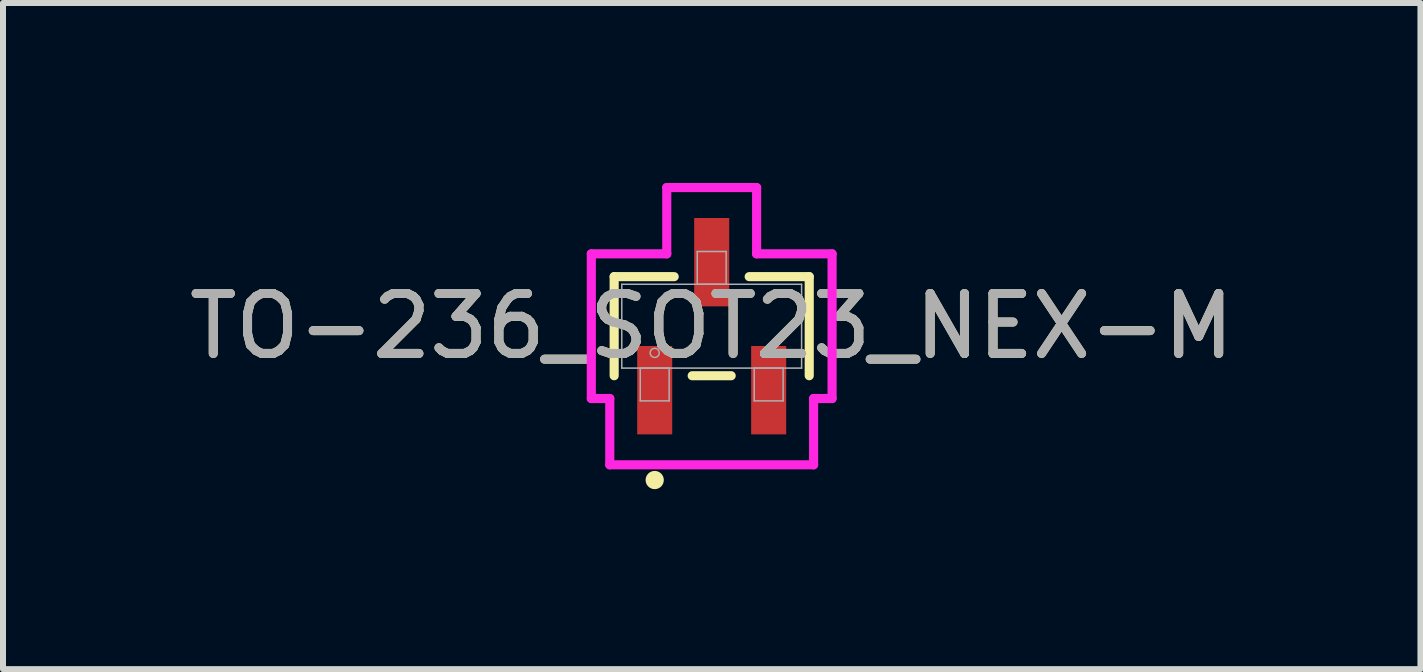
<source format=kicad_pcb>
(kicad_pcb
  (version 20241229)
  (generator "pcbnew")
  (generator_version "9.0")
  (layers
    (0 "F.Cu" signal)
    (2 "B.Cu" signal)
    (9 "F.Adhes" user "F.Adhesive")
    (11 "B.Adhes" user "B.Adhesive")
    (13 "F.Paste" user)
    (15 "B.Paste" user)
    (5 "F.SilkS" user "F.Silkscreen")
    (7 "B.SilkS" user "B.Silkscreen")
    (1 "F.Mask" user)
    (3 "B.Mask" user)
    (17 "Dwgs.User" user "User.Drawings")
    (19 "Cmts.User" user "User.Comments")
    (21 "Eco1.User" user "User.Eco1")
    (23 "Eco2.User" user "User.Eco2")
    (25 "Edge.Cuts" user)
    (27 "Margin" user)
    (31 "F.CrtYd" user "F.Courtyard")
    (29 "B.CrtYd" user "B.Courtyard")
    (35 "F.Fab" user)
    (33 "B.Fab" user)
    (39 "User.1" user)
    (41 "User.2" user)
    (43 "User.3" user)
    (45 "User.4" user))
  (footprint "TO-236_SOT23_NEX-M"
    (layer "F.Cu")
    (at 8.815 2.388)
    (property "Reference" "TO-236_SOT23_NEX-M" (at 0 0 0) (unlocked yes) (layer "F.SilkS") (effects (font (size 1 1) (thickness 0.15))))
    (attr smd)
    (fp_line (start -1.626 -0.826) (end -1.626 0.826) (stroke (width 0.152) (type solid)) (layer "F.SilkS"))
    (fp_line (start -0.625 -0.826) (end -1.626 -0.826) (stroke (width 0.152) (type solid)) (layer "F.SilkS"))
    (fp_line (start -0.325 0.826) (end 0.325 0.826) (stroke (width 0.152) (type solid)) (layer "F.SilkS"))
    (fp_line (start 1.626 -0.826) (end 0.625 -0.826) (stroke (width 0.152) (type solid)) (layer "F.SilkS"))
    (fp_line (start 1.626 0.826) (end 1.626 -0.826) (stroke (width 0.152) (type solid)) (layer "F.SilkS"))
    (fp_circle (center -0.95 2.565) (end -0.874 2.565) (stroke (width 0.152) (type solid)) (fill no) (layer "F.SilkS"))
    (fp_line (start -2.007 -1.206) (end -0.749 -1.206) (stroke (width 0.152) (type solid)) (layer "F.CrtYd"))
    (fp_line (start -2.007 1.206) (end -2.007 -1.206) (stroke (width 0.152) (type solid)) (layer "F.CrtYd"))
    (fp_line (start -2.007 1.206) (end -1.699 1.206) (stroke (width 0.152) (type solid)) (layer "F.CrtYd"))
    (fp_line (start -1.699 1.206) (end -1.699 2.311) (stroke (width 0.152) (type solid)) (layer "F.CrtYd"))
    (fp_line (start -1.699 2.311) (end 1.699 2.311) (stroke (width 0.152) (type solid)) (layer "F.CrtYd"))
    (fp_line (start -0.749 -2.311) (end 0.749 -2.311) (stroke (width 0.152) (type solid)) (layer "F.CrtYd"))
    (fp_line (start -0.749 -1.206) (end -0.749 -2.311) (stroke (width 0.152) (type solid)) (layer "F.CrtYd"))
    (fp_line (start 0.749 -1.206) (end 0.749 -2.311) (stroke (width 0.152) (type solid)) (layer "F.CrtYd"))
    (fp_line (start 1.699 1.206) (end 1.699 2.311) (stroke (width 0.152) (type solid)) (layer "F.CrtYd"))
    (fp_line (start 2.007 -1.206) (end 0.749 -1.206) (stroke (width 0.152) (type solid)) (layer "F.CrtYd"))
    (fp_line (start 2.007 -1.206) (end 2.007 1.206) (stroke (width 0.152) (type solid)) (layer "F.CrtYd"))
    (fp_line (start 2.007 1.206) (end 1.699 1.206) (stroke (width 0.152) (type solid)) (layer "F.CrtYd"))
    (fp_line (start -1.499 -0.699) (end -1.499 0.699) (stroke (width 0.025) (type solid)) (layer "F.Fab"))
    (fp_line (start -1.499 0.699) (end 1.499 0.699) (stroke (width 0.025) (type solid)) (layer "F.Fab"))
    (fp_line (start -1.191 0.699) (end -1.191 1.245) (stroke (width 0.025) (type solid)) (layer "F.Fab"))
    (fp_line (start -1.191 1.245) (end -0.709 1.245) (stroke (width 0.025) (type solid)) (layer "F.Fab"))
    (fp_line (start -0.709 0.699) (end -1.191 0.699) (stroke (width 0.025) (type solid)) (layer "F.Fab"))
    (fp_line (start -0.709 1.245) (end -0.709 0.699) (stroke (width 0.025) (type solid)) (layer "F.Fab"))
    (fp_line (start -0.241 -1.245) (end -0.241 -0.699) (stroke (width 0.025) (type solid)) (layer "F.Fab"))
    (fp_line (start -0.241 -0.699) (end 0.241 -0.699) (stroke (width 0.025) (type solid)) (layer "F.Fab"))
    (fp_line (start 0.241 -1.245) (end -0.241 -1.245) (stroke (width 0.025) (type solid)) (layer "F.Fab"))
    (fp_line (start 0.241 -0.699) (end 0.241 -1.245) (stroke (width 0.025) (type solid)) (layer "F.Fab"))
    (fp_line (start 0.709 0.699) (end 0.709 1.245) (stroke (width 0.025) (type solid)) (layer "F.Fab"))
    (fp_line (start 0.709 1.245) (end 1.191 1.245) (stroke (width 0.025) (type solid)) (layer "F.Fab"))
    (fp_line (start 1.191 0.699) (end 0.709 0.699) (stroke (width 0.025) (type solid)) (layer "F.Fab"))
    (fp_line (start 1.191 1.245) (end 1.191 0.699) (stroke (width 0.025) (type solid)) (layer "F.Fab"))
    (fp_line (start 1.499 -0.699) (end -1.499 -0.699) (stroke (width 0.025) (type solid)) (layer "F.Fab"))
    (fp_line (start 1.499 0.699) (end 1.499 -0.699) (stroke (width 0.025) (type solid)) (layer "F.Fab"))
    (fp_circle (center -0.95 0.445) (end -0.874 0.445) (stroke (width 0.025) (type solid)) (fill no) (layer "F.Fab"))
    (fp_text user "${REFERENCE}" (at 0 0 0) (unlocked yes) (layer "F.Fab") (effects (font (size 1 1) (thickness 0.15))))
    (pad "1" smd rect (at -0.95 1.067) (size 0.584 1.473) (layers "F.Cu" "F.Mask" "F.Paste"))
    (pad "2" smd rect (at 0.95 1.067) (size 0.584 1.473) (layers "F.Cu" "F.Mask" "F.Paste"))
    (pad "3" smd rect (at 0 -1.067) (size 0.584 1.473) (layers "F.Cu" "F.Mask" "F.Paste")))
  (gr_rect
    (start -3 -3)
    (end 20.631 8.105)
    (stroke (width 0.1) (type default))
    (fill no)
    (layer "Edge.Cuts")))
</source>
